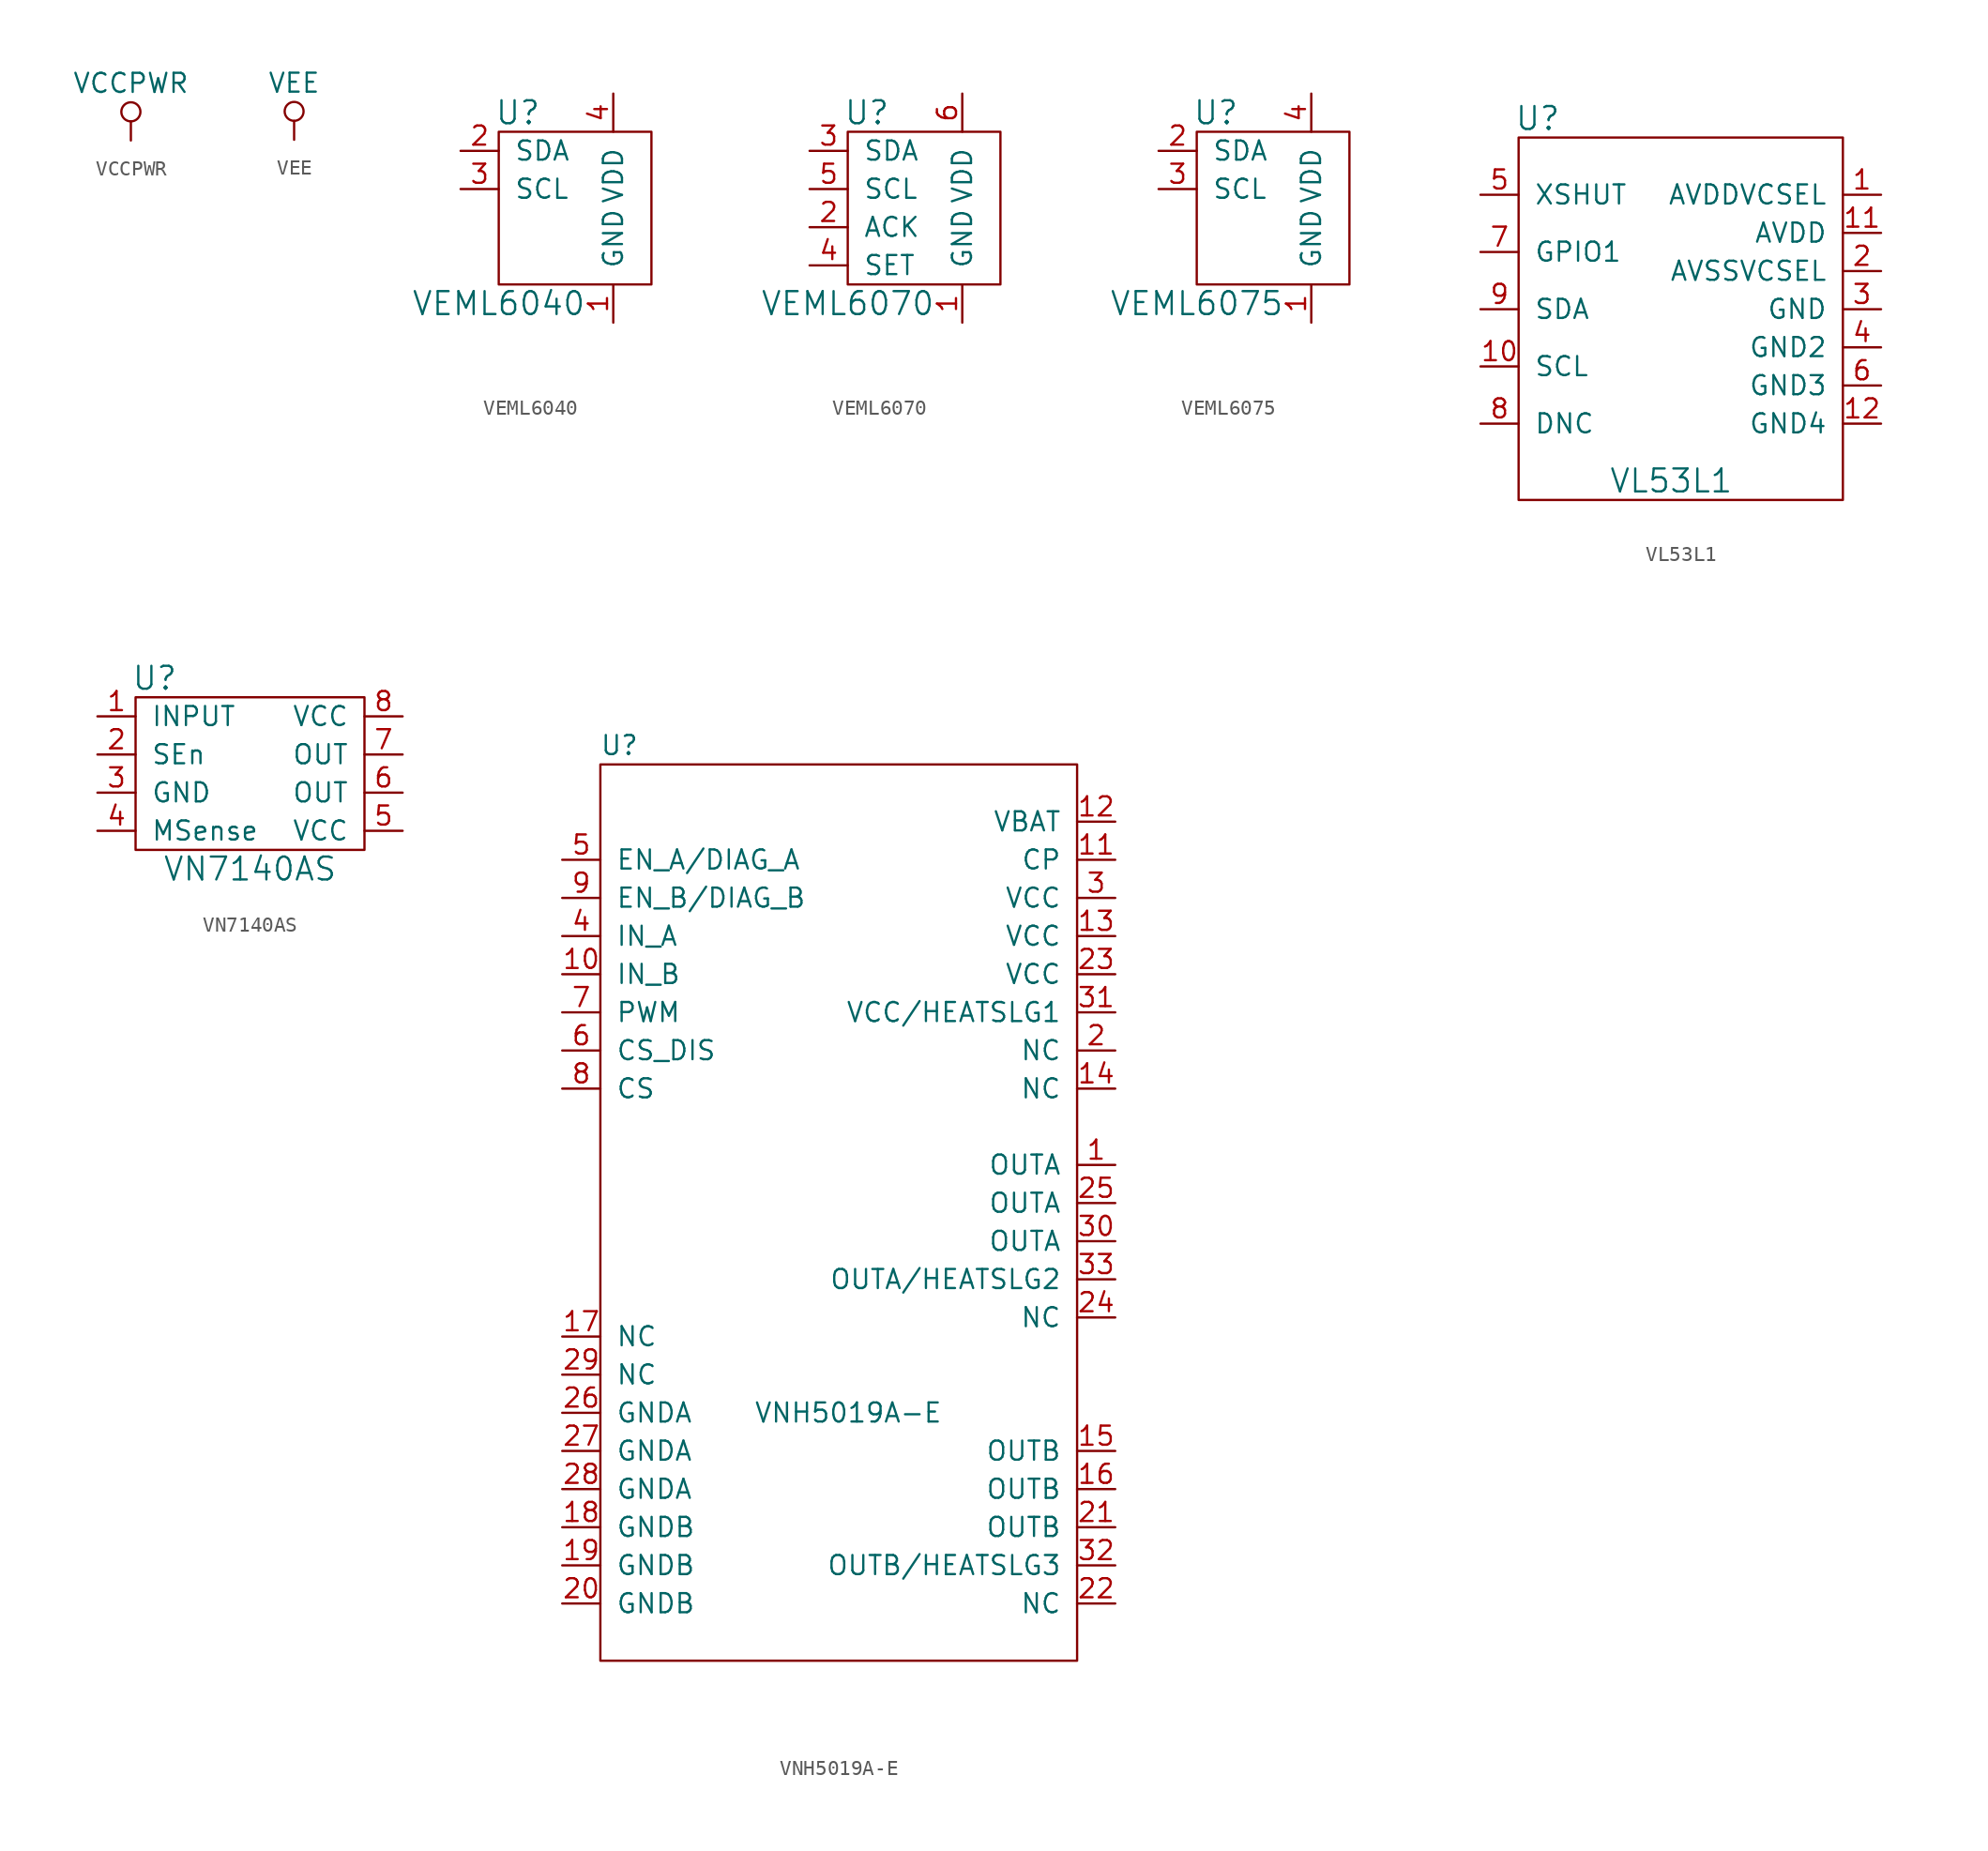
<source format=kicad_sym>
(kicad_symbol_lib
  (version 20210619)
  (generator kicad_symbol_editor)
  (symbol "tinkerforge:VCCPWR"
    (power)
    (pin_names
      (offset 0))
    (property "Reference" "#PWR"
      (at 0 -3.81 0)
      (effects (font (size 1.27 1.27)) hide))
    (property "Value" "VCCPWR"
      (at 0 3.81 0)
      (effects (font (size 1.27 1.27))))
    (symbol "VCCPWR_0_1"
      (circle (center 0 1.905) (radius 0.635) (stroke (width 0)) (fill (type none)))
      (polyline (pts (xy 0 0) (xy 0 1.27)) (stroke (width 0)) (fill (type none))))
    (symbol "VCCPWR_1_1"
      (pin power_in line (at 0 0 90) (length 0) hide (name "VCC" (effects (font (size 1.27 1.27)))) (number "1" (effects (font (size 1.27 1.27)))))))
  (symbol "tinkerforge:VEE"
    (power)
    (pin_names
      (offset 0))
    (property "Reference" "#PWR"
      (at 0 -3.81 0)
      (effects (font (size 1.27 1.27)) hide))
    (property "Value" "VEE"
      (at 0 3.81 0)
      (effects (font (size 1.27 1.27))))
    (symbol "VEE_0_1"
      (circle (center 0 1.905) (radius 0.635) (stroke (width 0)) (fill (type none)))
      (polyline (pts (xy 0 0) (xy 0 1.27)) (stroke (width 0)) (fill (type none))))
    (symbol "VEE_1_1"
      (pin power_in line (at 0 0 90) (length 0) hide (name "VEE" (effects (font (size 1.27 1.27)))) (number "1" (effects (font (size 1.27 1.27)))))))
  (symbol "tinkerforge:VEML6040"
    (pin_names
      (offset 1.016))
    (property "Reference" "U"
      (at -3.81 6.35 0)
      (effects (font (size 1.524 1.524))))
    (property "Value" "VEML6040"
      (at -5.08 -6.35 0)
      (effects (font (size 1.524 1.524))))
    (property "Footprint" ""
      (at -10.16 -10.16 0)
      (effects (font (size 1.524 1.524))))
    (property "Datasheet" ""
      (at -10.16 -10.16 0)
      (effects (font (size 1.524 1.524))))
    (symbol "VEML6040_0_1"
      (rectangle (start -5.08 5.08) (end 5.08 -5.08) (stroke (width 0)) (fill (type none))))
    (symbol "VEML6040_1_1"
      (pin passive line (at 2.54 -7.62 90) (length 2.54) (name "GND" (effects (font (size 1.27 1.27)))) (number "1" (effects (font (size 1.27 1.27)))))
      (pin passive line (at -7.62 3.81 0) (length 2.54) (name "SDA" (effects (font (size 1.27 1.27)))) (number "2" (effects (font (size 1.27 1.27)))))
      (pin passive line (at -7.62 1.27 0) (length 2.54) (name "SCL" (effects (font (size 1.27 1.27)))) (number "3" (effects (font (size 1.27 1.27)))))
      (pin passive line (at 2.54 7.62 270) (length 2.54) (name "VDD" (effects (font (size 1.27 1.27)))) (number "4" (effects (font (size 1.27 1.27)))))))
  (symbol "tinkerforge:VEML6070"
    (pin_names
      (offset 1.016))
    (property "Reference" "U"
      (at 6.35 16.51 0)
      (effects (font (size 1.524 1.524))))
    (property "Value" "VEML6070"
      (at 5.08 3.81 0)
      (effects (font (size 1.524 1.524))))
    (property "Footprint" ""
      (at 0 0 0)
      (effects (font (size 1.524 1.524))))
    (property "Datasheet" ""
      (at 0 0 0)
      (effects (font (size 1.524 1.524))))
    (symbol "VEML6070_0_1"
      (rectangle (start 5.08 15.24) (end 15.24 5.08) (stroke (width 0)) (fill (type none))))
    (symbol "VEML6070_1_1"
      (pin input line (at 12.7 2.54 90) (length 2.54) (name "GND" (effects (font (size 1.27 1.27)))) (number "1" (effects (font (size 1.27 1.27)))))
      (pin input line (at 2.54 8.89 0) (length 2.54) (name "ACK" (effects (font (size 1.27 1.27)))) (number "2" (effects (font (size 1.27 1.27)))))
      (pin input line (at 2.54 13.97 0) (length 2.54) (name "SDA" (effects (font (size 1.27 1.27)))) (number "3" (effects (font (size 1.27 1.27)))))
      (pin input line (at 2.54 6.35 0) (length 2.54) (name "SET" (effects (font (size 1.27 1.27)))) (number "4" (effects (font (size 1.27 1.27)))))
      (pin input line (at 2.54 11.43 0) (length 2.54) (name "SCL" (effects (font (size 1.27 1.27)))) (number "5" (effects (font (size 1.27 1.27)))))
      (pin input line (at 12.7 17.78 270) (length 2.54) (name "VDD" (effects (font (size 1.27 1.27)))) (number "6" (effects (font (size 1.27 1.27)))))))
  (symbol "tinkerforge:VEML6075"
    (pin_names
      (offset 1.016))
    (property "Reference" "U"
      (at 6.35 16.51 0)
      (effects (font (size 1.524 1.524))))
    (property "Value" "VEML6075"
      (at 5.08 3.81 0)
      (effects (font (size 1.524 1.524))))
    (property "Footprint" ""
      (at 0 0 0)
      (effects (font (size 1.524 1.524))))
    (property "Datasheet" ""
      (at 0 0 0)
      (effects (font (size 1.524 1.524))))
    (symbol "VEML6075_0_1"
      (rectangle (start 5.08 15.24) (end 15.24 5.08) (stroke (width 0)) (fill (type none))))
    (symbol "VEML6075_1_1"
      (pin passive line (at 12.7 2.54 90) (length 2.54) (name "GND" (effects (font (size 1.27 1.27)))) (number "1" (effects (font (size 1.27 1.27)))))
      (pin passive line (at 2.54 13.97 0) (length 2.54) (name "SDA" (effects (font (size 1.27 1.27)))) (number "2" (effects (font (size 1.27 1.27)))))
      (pin passive line (at 2.54 11.43 0) (length 2.54) (name "SCL" (effects (font (size 1.27 1.27)))) (number "3" (effects (font (size 1.27 1.27)))))
      (pin passive line (at 12.7 17.78 270) (length 2.54) (name "VDD" (effects (font (size 1.27 1.27)))) (number "4" (effects (font (size 1.27 1.27)))))))
  (symbol "tinkerforge:VL53L1"
    (pin_names
      (offset 1.016))
    (property "Reference" "U"
      (at -10.16 12.7 0)
      (effects (font (size 1.524 1.524))))
    (property "Value" "VL53L1"
      (at -1.27 -11.43 0)
      (effects (font (size 1.524 1.524))))
    (symbol "VL53L1_0_1"
      (rectangle (start -11.43 11.43) (end 10.16 -12.7) (stroke (width 0)) (fill (type none))))
    (symbol "VL53L1_1_1"
      (pin input line (at 12.7 7.62 180) (length 2.54) (name "AVDDVCSEL" (effects (font (size 1.27 1.27)))) (number "1" (effects (font (size 1.27 1.27)))))
      (pin input line (at -13.97 -3.81 0) (length 2.54) (name "SCL" (effects (font (size 1.27 1.27)))) (number "10" (effects (font (size 1.27 1.27)))))
      (pin input line (at 12.7 5.08 180) (length 2.54) (name "AVDD" (effects (font (size 1.27 1.27)))) (number "11" (effects (font (size 1.27 1.27)))))
      (pin input line (at 12.7 -7.62 180) (length 2.54) (name "GND4" (effects (font (size 1.27 1.27)))) (number "12" (effects (font (size 1.27 1.27)))))
      (pin input line (at 12.7 2.54 180) (length 2.54) (name "AVSSVCSEL" (effects (font (size 1.27 1.27)))) (number "2" (effects (font (size 1.27 1.27)))))
      (pin input line (at 12.7 0 180) (length 2.54) (name "GND" (effects (font (size 1.27 1.27)))) (number "3" (effects (font (size 1.27 1.27)))))
      (pin input line (at 12.7 -2.54 180) (length 2.54) (name "GND2" (effects (font (size 1.27 1.27)))) (number "4" (effects (font (size 1.27 1.27)))))
      (pin input line (at -13.97 7.62 0) (length 2.54) (name "XSHUT" (effects (font (size 1.27 1.27)))) (number "5" (effects (font (size 1.27 1.27)))))
      (pin input line (at 12.7 -5.08 180) (length 2.54) (name "GND3" (effects (font (size 1.27 1.27)))) (number "6" (effects (font (size 1.27 1.27)))))
      (pin input line (at -13.97 3.81 0) (length 2.54) (name "GPIO1" (effects (font (size 1.27 1.27)))) (number "7" (effects (font (size 1.27 1.27)))))
      (pin input line (at -13.97 -7.62 0) (length 2.54) (name "DNC" (effects (font (size 1.27 1.27)))) (number "8" (effects (font (size 1.27 1.27)))))
      (pin input line (at -13.97 0 0) (length 2.54) (name "SDA" (effects (font (size 1.27 1.27)))) (number "9" (effects (font (size 1.27 1.27)))))))
  (symbol "tinkerforge:VN7140AS"
    (pin_names
      (offset 1.016))
    (property "Reference" "U"
      (at -6.35 6.35 0)
      (effects (font (size 1.524 1.524))))
    (property "Value" "VN7140AS"
      (at 0 -6.35 0)
      (effects (font (size 1.524 1.524))))
    (property "Footprint" ""
      (at 0 0 0)
      (effects (font (size 1.524 1.524))))
    (property "Datasheet" ""
      (at 0 0 0)
      (effects (font (size 1.524 1.524))))
    (symbol "VN7140AS_0_1"
      (rectangle (start -7.62 5.08) (end 7.62 -5.08) (stroke (width 0)) (fill (type none))))
    (symbol "VN7140AS_1_1"
      (pin passive line (at -10.16 3.81 0) (length 2.54) (name "INPUT" (effects (font (size 1.27 1.27)))) (number "1" (effects (font (size 1.27 1.27)))))
      (pin passive line (at -10.16 1.27 0) (length 2.54) (name "SEn" (effects (font (size 1.27 1.27)))) (number "2" (effects (font (size 1.27 1.27)))))
      (pin passive line (at -10.16 -1.27 0) (length 2.54) (name "GND" (effects (font (size 1.27 1.27)))) (number "3" (effects (font (size 1.27 1.27)))))
      (pin passive line (at -10.16 -3.81 0) (length 2.54) (name "MSense" (effects (font (size 1.27 1.27)))) (number "4" (effects (font (size 1.27 1.27)))))
      (pin passive line (at 10.16 -3.81 180) (length 2.54) (name "VCC" (effects (font (size 1.27 1.27)))) (number "5" (effects (font (size 1.27 1.27)))))
      (pin passive line (at 10.16 -1.27 180) (length 2.54) (name "OUT" (effects (font (size 1.27 1.27)))) (number "6" (effects (font (size 1.27 1.27)))))
      (pin passive line (at 10.16 1.27 180) (length 2.54) (name "OUT" (effects (font (size 1.27 1.27)))) (number "7" (effects (font (size 1.27 1.27)))))
      (pin passive line (at 10.16 3.81 180) (length 2.54) (name "VCC" (effects (font (size 1.27 1.27)))) (number "8" (effects (font (size 1.27 1.27)))))))
  (symbol "tinkerforge:VNH5019A-E"
    (pin_names
      (offset 1.016))
    (property "Reference" "U"
      (at -13.97 33.02 0)
      (effects (font (size 1.27 1.27))))
    (property "Value" "VNH5019A-E"
      (at 1.27 -11.43 0)
      (effects (font (size 1.27 1.27))))
    (symbol "VNH5019A-E_0_1"
      (rectangle (start -15.24 31.75) (end 16.51 -27.94) (stroke (width 0)) (fill (type none))))
    (symbol "VNH5019A-E_1_1"
      (pin input line (at 19.05 5.08 180) (length 2.54) (name "OUTA" (effects (font (size 1.27 1.27)))) (number "1" (effects (font (size 1.27 1.27)))))
      (pin input line (at -17.78 17.78 0) (length 2.54) (name "IN_B" (effects (font (size 1.27 1.27)))) (number "10" (effects (font (size 1.27 1.27)))))
      (pin input line (at 19.05 25.4 180) (length 2.54) (name "CP" (effects (font (size 1.27 1.27)))) (number "11" (effects (font (size 1.27 1.27)))))
      (pin input line (at 19.05 27.94 180) (length 2.54) (name "VBAT" (effects (font (size 1.27 1.27)))) (number "12" (effects (font (size 1.27 1.27)))))
      (pin input line (at 19.05 20.32 180) (length 2.54) (name "VCC" (effects (font (size 1.27 1.27)))) (number "13" (effects (font (size 1.27 1.27)))))
      (pin input line (at 19.05 10.16 180) (length 2.54) (name "NC" (effects (font (size 1.27 1.27)))) (number "14" (effects (font (size 1.27 1.27)))))
      (pin input line (at 19.05 -13.97 180) (length 2.54) (name "OUTB" (effects (font (size 1.27 1.27)))) (number "15" (effects (font (size 1.27 1.27)))))
      (pin input line (at 19.05 -16.51 180) (length 2.54) (name "OUTB" (effects (font (size 1.27 1.27)))) (number "16" (effects (font (size 1.27 1.27)))))
      (pin input line (at -17.78 -6.35 0) (length 2.54) (name "NC" (effects (font (size 1.27 1.27)))) (number "17" (effects (font (size 1.27 1.27)))))
      (pin input line (at -17.78 -19.05 0) (length 2.54) (name "GNDB" (effects (font (size 1.27 1.27)))) (number "18" (effects (font (size 1.27 1.27)))))
      (pin input line (at -17.78 -21.59 0) (length 2.54) (name "GNDB" (effects (font (size 1.27 1.27)))) (number "19" (effects (font (size 1.27 1.27)))))
      (pin input line (at 19.05 12.7 180) (length 2.54) (name "NC" (effects (font (size 1.27 1.27)))) (number "2" (effects (font (size 1.27 1.27)))))
      (pin input line (at -17.78 -24.13 0) (length 2.54) (name "GNDB" (effects (font (size 1.27 1.27)))) (number "20" (effects (font (size 1.27 1.27)))))
      (pin input line (at 19.05 -19.05 180) (length 2.54) (name "OUTB" (effects (font (size 1.27 1.27)))) (number "21" (effects (font (size 1.27 1.27)))))
      (pin input line (at 19.05 -24.13 180) (length 2.54) (name "NC" (effects (font (size 1.27 1.27)))) (number "22" (effects (font (size 1.27 1.27)))))
      (pin input line (at 19.05 17.78 180) (length 2.54) (name "VCC" (effects (font (size 1.27 1.27)))) (number "23" (effects (font (size 1.27 1.27)))))
      (pin input line (at 19.05 -5.08 180) (length 2.54) (name "NC" (effects (font (size 1.27 1.27)))) (number "24" (effects (font (size 1.27 1.27)))))
      (pin input line (at 19.05 2.54 180) (length 2.54) (name "OUTA" (effects (font (size 1.27 1.27)))) (number "25" (effects (font (size 1.27 1.27)))))
      (pin input line (at -17.78 -11.43 0) (length 2.54) (name "GNDA" (effects (font (size 1.27 1.27)))) (number "26" (effects (font (size 1.27 1.27)))))
      (pin input line (at -17.78 -13.97 0) (length 2.54) (name "GNDA" (effects (font (size 1.27 1.27)))) (number "27" (effects (font (size 1.27 1.27)))))
      (pin input line (at -17.78 -16.51 0) (length 2.54) (name "GNDA" (effects (font (size 1.27 1.27)))) (number "28" (effects (font (size 1.27 1.27)))))
      (pin input line (at -17.78 -8.89 0) (length 2.54) (name "NC" (effects (font (size 1.27 1.27)))) (number "29" (effects (font (size 1.27 1.27)))))
      (pin input line (at 19.05 22.86 180) (length 2.54) (name "VCC" (effects (font (size 1.27 1.27)))) (number "3" (effects (font (size 1.27 1.27)))))
      (pin input line (at 19.05 0 180) (length 2.54) (name "OUTA" (effects (font (size 1.27 1.27)))) (number "30" (effects (font (size 1.27 1.27)))))
      (pin input line (at 19.05 15.24 180) (length 2.54) (name "VCC/HEATSLG1" (effects (font (size 1.27 1.27)))) (number "31" (effects (font (size 1.27 1.27)))))
      (pin input line (at 19.05 -21.59 180) (length 2.54) (name "OUTB/HEATSLG3" (effects (font (size 1.27 1.27)))) (number "32" (effects (font (size 1.27 1.27)))))
      (pin input line (at 19.05 -2.54 180) (length 2.54) (name "OUTA/HEATSLG2" (effects (font (size 1.27 1.27)))) (number "33" (effects (font (size 1.27 1.27)))))
      (pin input line (at -17.78 20.32 0) (length 2.54) (name "IN_A" (effects (font (size 1.27 1.27)))) (number "4" (effects (font (size 1.27 1.27)))))
      (pin input line (at -17.78 25.4 0) (length 2.54) (name "EN_A/DIAG_A" (effects (font (size 1.27 1.27)))) (number "5" (effects (font (size 1.27 1.27)))))
      (pin input line (at -17.78 12.7 0) (length 2.54) (name "CS_DIS" (effects (font (size 1.27 1.27)))) (number "6" (effects (font (size 1.27 1.27)))))
      (pin input line (at -17.78 15.24 0) (length 2.54) (name "PWM" (effects (font (size 1.27 1.27)))) (number "7" (effects (font (size 1.27 1.27)))))
      (pin input line (at -17.78 10.16 0) (length 2.54) (name "CS" (effects (font (size 1.27 1.27)))) (number "8" (effects (font (size 1.27 1.27)))))
      (pin input line (at -17.78 22.86 0) (length 2.54) (name "EN_B/DIAG_B" (effects (font (size 1.27 1.27)))) (number "9" (effects (font (size 1.27 1.27))))))))
</source>
